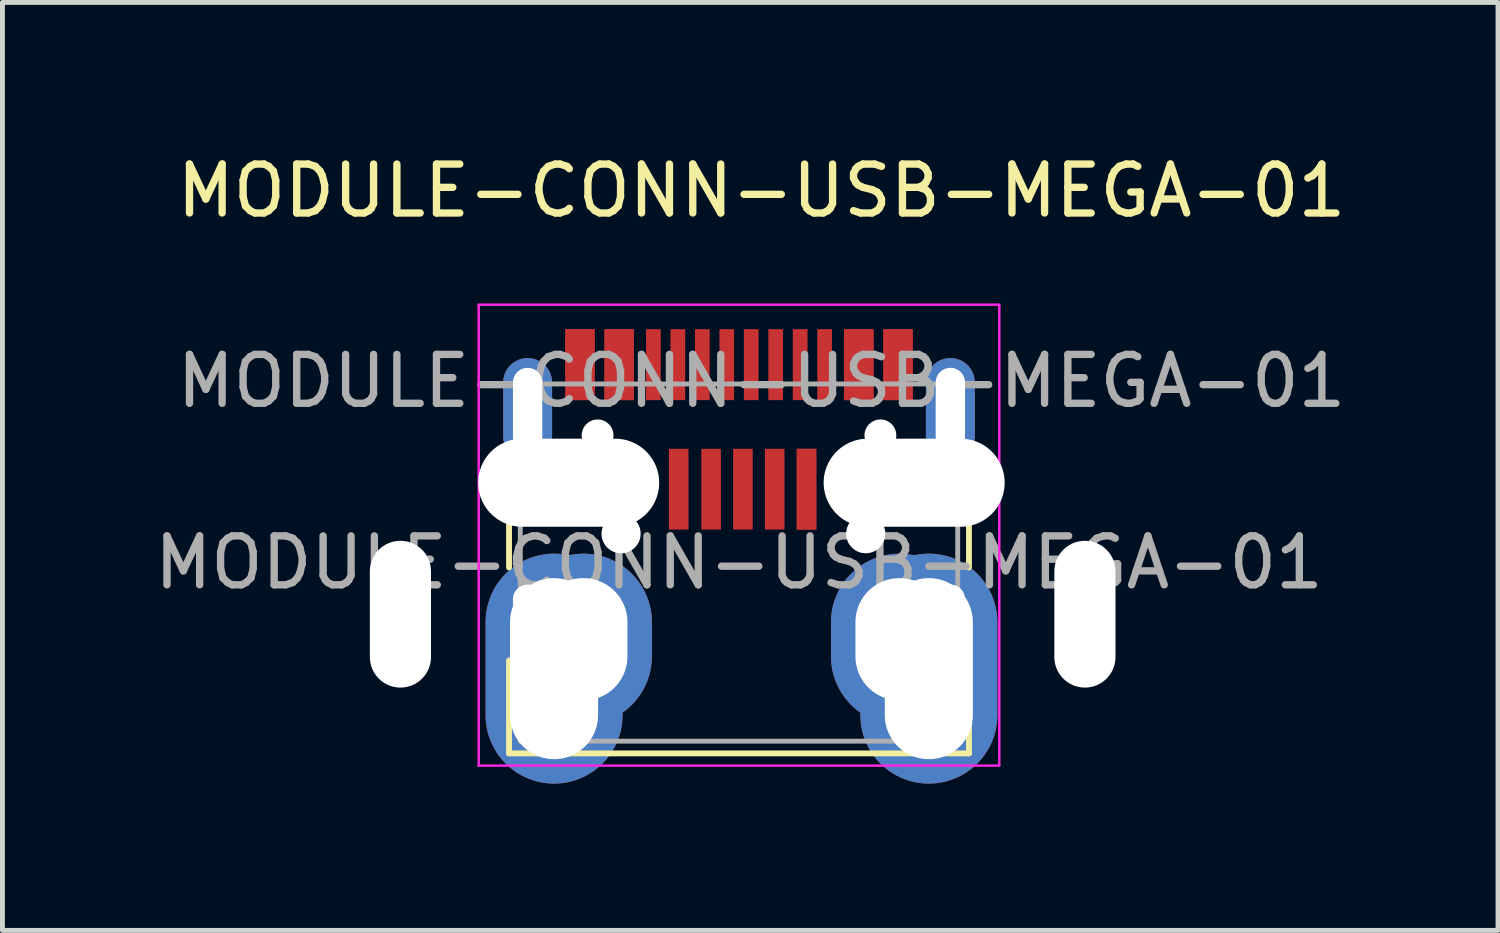
<source format=kicad_pcb>
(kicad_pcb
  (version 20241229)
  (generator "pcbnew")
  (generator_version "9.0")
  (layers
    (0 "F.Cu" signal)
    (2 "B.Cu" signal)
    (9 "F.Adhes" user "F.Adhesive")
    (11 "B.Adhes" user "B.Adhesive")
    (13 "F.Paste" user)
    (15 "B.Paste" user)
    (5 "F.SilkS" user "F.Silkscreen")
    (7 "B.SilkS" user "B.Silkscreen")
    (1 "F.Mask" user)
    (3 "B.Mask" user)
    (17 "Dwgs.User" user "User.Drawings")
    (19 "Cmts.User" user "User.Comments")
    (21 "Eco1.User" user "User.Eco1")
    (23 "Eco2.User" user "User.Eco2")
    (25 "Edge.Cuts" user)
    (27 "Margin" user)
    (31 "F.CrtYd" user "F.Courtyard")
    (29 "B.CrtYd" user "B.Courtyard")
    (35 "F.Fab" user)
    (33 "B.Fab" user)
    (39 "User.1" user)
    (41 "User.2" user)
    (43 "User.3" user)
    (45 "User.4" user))
  (footprint "MODULE-CONN-USB-MEGA-01"
    (layer "F.Cu")
    (at 10.634 6.128)
    (property "Reference" "MODULE-CONN-USB-MEGA-01" (at 1.88 -5.28 0) (unlocked yes) (layer "F.SilkS") (effects (font (size 1 1) (thickness 0.15))))
    (attr smd)
    (fp_line (start -3.28 0.42) (end -3.28 2.42) (stroke (width 0.12) (type solid)) (layer "F.SilkS"))
    (fp_line (start -3.28 4.32) (end -3.28 6.22) (stroke (width 0.12) (type solid)) (layer "F.SilkS"))
    (fp_line (start -3.28 6.22) (end 6.12 6.22) (stroke (width 0.12) (type solid)) (layer "F.SilkS"))
    (fp_line (start 6.12 0.42) (end 6.12 2.42) (stroke (width 0.12) (type solid)) (layer "F.SilkS"))
    (fp_line (start 6.12 4.32) (end 6.12 6.22) (stroke (width 0.12) (type solid)) (layer "F.SilkS"))
    (fp_line (start -3.9 -2.95) (end -3.9 6.47) (stroke (width 0.05) (type solid)) (layer "F.CrtYd"))
    (fp_line (start -3.9 -2.95) (end 6.74 -2.95) (stroke (width 0.05) (type solid)) (layer "F.CrtYd"))
    (fp_line (start -3.9 6.47) (end 6.74 6.47) (stroke (width 0.05) (type solid)) (layer "F.CrtYd"))
    (fp_line (start 6.74 -2.95) (end 6.74 6.47) (stroke (width 0.05) (type solid)) (layer "F.CrtYd"))
    (fp_line (start -3.05 -1.33) (end -3.05 5.97) (stroke (width 0.1) (type solid)) (layer "F.Fab"))
    (fp_line (start -3.05 -1.33) (end 5.89 -1.33) (stroke (width 0.1) (type solid)) (layer "F.Fab"))
    (fp_line (start -3.05 5.97) (end 5.89 5.97) (stroke (width 0.1) (type solid)) (layer "F.Fab"))
    (fp_line (start 5.89 -1.33) (end 5.89 5.97) (stroke (width 0.1) (type solid)) (layer "F.Fab"))
    (fp_text user "${REFERENCE}" (at 1.88 -1.39 0) (unlocked yes) (layer "F.Fab") (effects (font (size 1 1) (thickness 0.15))))
    (fp_text user "${REFERENCE}" (at 1.42 2.32 0) (layer "F.Fab") (effects (font (size 1 1) (thickness 0.15))))
    (pad "" np_thru_hole oval (at -5.5 3.375) (size 1.25 3) (drill oval 1.25 3) (layers "*.Cu" "*.Mask"))
    (pad "" np_thru_hole oval (at -2.061 0.688) (size 3.7 1.8) (drill oval 3.7 1.8) (layers "*.Cu" "*.Mask"))
    (pad "" np_thru_hole circle (at -1.47 -0.28) (size 0.65 0.65) (drill 0.65) (layers "*.Cu" "*.Mask"))
    (pad "" np_thru_hole oval (at -0.99 1.73) (size 0.8 0.8) (drill 0.8) (layers "*.Cu" "*.Mask"))
    (pad "" np_thru_hole oval (at 4.01 1.73) (size 0.8 0.8) (drill 0.8) (layers "*.Cu" "*.Mask"))
    (pad "" np_thru_hole circle (at 4.31 -0.28) (size 0.65 0.65) (drill 0.65) (layers "*.Cu" "*.Mask"))
    (pad "" np_thru_hole oval (at 5 0.688) (size 3.7 1.8) (drill oval 3.7 1.8) (layers "*.Cu" "*.Mask"))
    (pad "" np_thru_hole oval (at 8.49 3.375) (size 1.25 3) (drill oval 1.25 3) (layers "*.Cu" "*.Mask"))
    (pad "1" smd rect (at 0.188 0.82 90) (size 1.65 0.4) (layers "F.Cu" "F.Mask" "F.Paste"))
    (pad "2" smd rect (at 0.85 0.82 90) (size 1.65 0.4) (layers "F.Cu" "F.Mask" "F.Paste"))
    (pad "3" smd rect (at 1.5 0.82 90) (size 1.65 0.4) (layers "F.Cu" "F.Mask" "F.Paste"))
    (pad "4" smd rect (at 2.15 0.82 90) (size 1.65 0.4) (layers "F.Cu" "F.Mask" "F.Paste"))
    (pad "5" smd rect (at 2.8 0.82 90) (size 1.65 0.4) (layers "F.Cu" "F.Mask" "F.Paste"))
    (pad "5" smd rect (at 2.8 0.82 90) (size 1.65 0.4) (layers "F.Cu" "F.Mask" "F.Paste"))
    (pad "6" thru_hole oval (at -2.36 4.488) (size 2.8 4.7) (drill oval 1.8 3.7) (layers "*.Cu" "*.Mask"))
    (pad "6" thru_hole oval (at -1.76 3.888) (size 2.8 3.5) (drill oval 1.8 2.5) (layers "*.Cu" "*.Mask"))
    (pad "6" thru_hole oval (at 4.7 3.888) (size 2.8 3.5) (drill oval 1.8 2.5) (layers "*.Cu" "*.Mask"))
    (pad "6" thru_hole oval (at 5.3 4.488) (size 2.8 4.7) (drill oval 1.8 3.7) (layers "*.Cu" "*.Mask"))
    (pad "A1" smd rect (at -1.83 -1.725) (size 0.6 1.45) (layers "F.Cu" "F.Mask" "F.Paste"))
    (pad "A4" smd rect (at -1.03 -1.725) (size 0.6 1.45) (layers "F.Cu" "F.Mask" "F.Paste"))
    (pad "A5" smd rect (at 0.17 -1.725) (size 0.3 1.45) (layers "F.Cu" "F.Mask" "F.Paste"))
    (pad "A6" smd rect (at 1.17 -1.725) (size 0.3 1.45) (layers "F.Cu" "F.Mask" "F.Paste"))
    (pad "A7" smd rect (at 1.67 -1.725) (size 0.3 1.45) (layers "F.Cu" "F.Mask" "F.Paste"))
    (pad "A8" smd rect (at 2.67 -1.725) (size 0.3 1.45) (layers "F.Cu" "F.Mask" "F.Paste"))
    (pad "A9" smd rect (at 3.87 -1.725) (size 0.6 1.45) (layers "F.Cu" "F.Mask" "F.Paste"))
    (pad "A12" smd rect (at 4.67 -1.725) (size 0.6 1.45) (layers "F.Cu" "F.Mask" "F.Paste"))
    (pad "B1" smd rect (at 4.67 -1.725) (size 0.6 1.45) (layers "F.Cu" "F.Mask" "F.Paste"))
    (pad "B4" smd rect (at 3.87 -1.725) (size 0.6 1.45) (layers "F.Cu" "F.Mask" "F.Paste"))
    (pad "B5" smd rect (at 3.17 -1.725) (size 0.3 1.45) (layers "F.Cu" "F.Mask" "F.Paste"))
    (pad "B6" smd rect (at 2.17 -1.725) (size 0.3 1.45) (layers "F.Cu" "F.Mask" "F.Paste"))
    (pad "B7" smd rect (at 0.67 -1.725) (size 0.3 1.45) (layers "F.Cu" "F.Mask" "F.Paste"))
    (pad "B8" smd rect (at -0.33 -1.725) (size 0.3 1.45) (layers "F.Cu" "F.Mask" "F.Paste"))
    (pad "B9" smd rect (at -1.03 -1.725) (size 0.6 1.45) (layers "F.Cu" "F.Mask" "F.Paste"))
    (pad "B12" smd rect (at -1.83 -1.725) (size 0.6 1.45) (layers "F.Cu" "F.Mask" "F.Paste"))
    (pad "S1" thru_hole oval (at -2.9 -0.81) (size 1 2.1) (drill oval 0.6 1.7) (layers "*.Cu" "*.Mask"))
    (pad "S1" thru_hole oval (at -2.9 3.37) (size 1 1.6) (drill oval 0.6 1.2) (layers "*.Cu" "*.Mask"))
    (pad "S1" thru_hole oval (at 5.74 -0.81) (size 1 2.1) (drill oval 0.6 1.7) (layers "*.Cu" "*.Mask"))
    (pad "S1" thru_hole oval (at 5.74 3.37) (size 1 1.6) (drill oval 0.6 1.2) (layers "*.Cu" "*.Mask")))
  (gr_rect
    (start -3 -3)
    (end 27.567 15.966)
    (stroke (width 0.1) (type default))
    (fill no)
    (layer "Edge.Cuts")))
</source>
